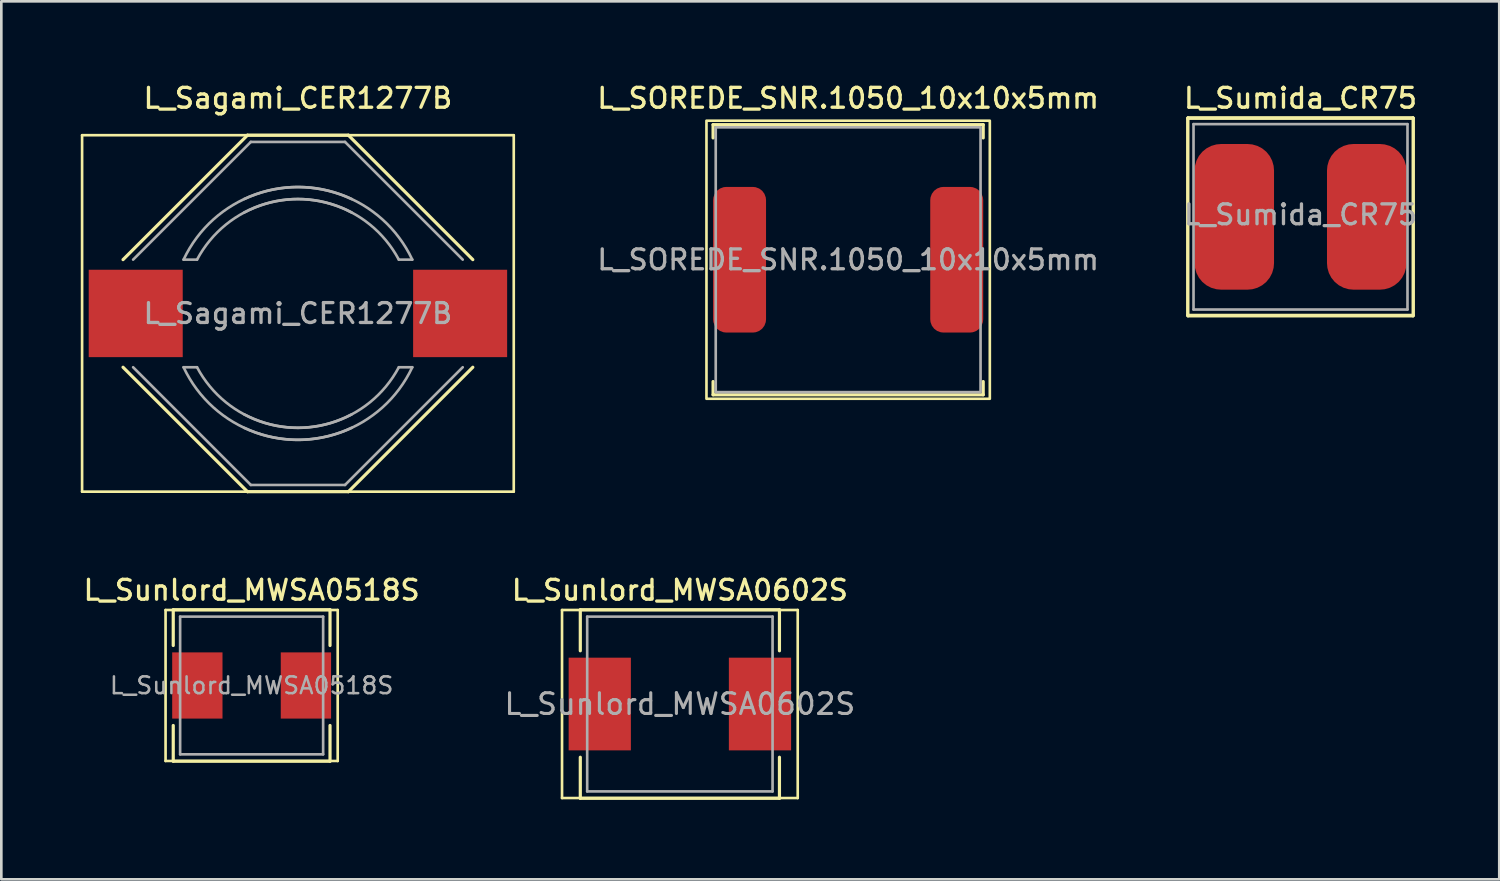
<source format=kicad_pcb>
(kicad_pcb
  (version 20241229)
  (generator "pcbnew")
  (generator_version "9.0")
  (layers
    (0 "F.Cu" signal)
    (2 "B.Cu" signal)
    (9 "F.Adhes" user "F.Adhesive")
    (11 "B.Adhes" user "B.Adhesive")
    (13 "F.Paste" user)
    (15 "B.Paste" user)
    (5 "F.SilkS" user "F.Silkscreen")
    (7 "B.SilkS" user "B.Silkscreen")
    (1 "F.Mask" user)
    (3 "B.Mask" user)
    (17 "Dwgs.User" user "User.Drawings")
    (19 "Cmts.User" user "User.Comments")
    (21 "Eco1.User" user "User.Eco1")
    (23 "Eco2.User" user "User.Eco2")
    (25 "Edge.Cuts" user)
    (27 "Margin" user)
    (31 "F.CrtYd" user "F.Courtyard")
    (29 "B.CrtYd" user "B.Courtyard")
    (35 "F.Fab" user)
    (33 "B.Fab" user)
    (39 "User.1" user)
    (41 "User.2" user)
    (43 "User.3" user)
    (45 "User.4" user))
  (footprint "L_Sagami_CER1277B"
    (layer "F.Cu")
    (at 8.2 8.786)
    (property "Reference" "L_Sagami_CER1277B" (at 0 -8.128 0) (layer "F.SilkS") (effects (font (size 0.75 0.75) (thickness 0.125))))
    (attr smd)
    (fp_line (start -8.15 -6.73) (end -8.15 6.73) (stroke (width 0.1) (type solid)) (layer "F.SilkS"))
    (fp_line (start -8.15 -6.73) (end 8.15 -6.73) (stroke (width 0.1) (type solid)) (layer "F.SilkS"))
    (fp_line (start -8.15 6.73) (end 8.15 6.73) (stroke (width 0.1) (type solid)) (layer "F.SilkS"))
    (fp_line (start -6.604 -2.032) (end -1.905 -6.731) (stroke (width 0.12) (type solid)) (layer "F.SilkS"))
    (fp_line (start -6.604 2.032) (end -1.905 6.731) (stroke (width 0.12) (type solid)) (layer "F.SilkS"))
    (fp_line (start -1.905 -6.731) (end 1.905 -6.731) (stroke (width 0.12) (type solid)) (layer "F.SilkS"))
    (fp_line (start -1.905 6.731) (end 1.905 6.731) (stroke (width 0.12) (type solid)) (layer "F.SilkS"))
    (fp_line (start 1.905 -6.731) (end 6.604 -2.032) (stroke (width 0.12) (type solid)) (layer "F.SilkS"))
    (fp_line (start 1.905 6.731) (end 6.604 2.032) (stroke (width 0.12) (type solid)) (layer "F.SilkS"))
    (fp_line (start 8.15 -6.73) (end 8.15 6.73) (stroke (width 0.1) (type solid)) (layer "F.SilkS"))
    (fp_line (start -6.223 -2.032) (end -1.778 -6.477) (stroke (width 0.1) (type solid)) (layer "F.Fab"))
    (fp_line (start -6.223 2.032) (end -1.778 6.477) (stroke (width 0.1) (type solid)) (layer "F.Fab"))
    (fp_line (start -3.81 -2.032) (end -4.318 -2.032) (stroke (width 0.1) (type solid)) (layer "F.Fab"))
    (fp_line (start -3.81 2.032) (end -4.318 2.032) (stroke (width 0.1) (type solid)) (layer "F.Fab"))
    (fp_line (start -1.778 6.477) (end 1.778 6.477) (stroke (width 0.1) (type solid)) (layer "F.Fab"))
    (fp_line (start 1.778 -6.477) (end -1.778 -6.477) (stroke (width 0.1) (type solid)) (layer "F.Fab"))
    (fp_line (start 1.778 6.477) (end 6.223 2.032) (stroke (width 0.1) (type solid)) (layer "F.Fab"))
    (fp_line (start 3.81 -2.032) (end 4.318 -2.032) (stroke (width 0.1) (type solid)) (layer "F.Fab"))
    (fp_line (start 3.81 2.032) (end 4.318 2.032) (stroke (width 0.1) (type solid)) (layer "F.Fab"))
    (fp_line (start 6.223 -2.032) (end 1.778 -6.477) (stroke (width 0.1) (type solid)) (layer "F.Fab"))
    (fp_arc (start -4.318 -2.032) (mid -1.616446 -4.490128) (end 2.032 -4.318) (stroke (width 0.1) (type solid)) (layer "F.Fab"))
    (fp_arc (start -3.81 -2.032) (mid -1.257236 -4.130918) (end 2.032 -3.81) (stroke (width 0.1) (type solid)) (layer "F.Fab"))
    (fp_arc (start -2.032 -4.318) (mid 1.616446 -4.490128) (end 4.318 -2.032) (stroke (width 0.1) (type solid)) (layer "F.Fab"))
    (fp_arc (start -2.032 -3.81) (mid 1.257236 -4.130918) (end 3.81 -2.032) (stroke (width 0.1) (type solid)) (layer "F.Fab"))
    (fp_arc (start 2.032 3.81) (mid -1.257236 4.130918) (end -3.81 2.032) (stroke (width 0.1) (type solid)) (layer "F.Fab"))
    (fp_arc (start 2.032 4.318) (mid -1.616446 4.490128) (end -4.318 2.032) (stroke (width 0.1) (type solid)) (layer "F.Fab"))
    (fp_arc (start 3.81 2.032) (mid 1.257236 4.130918) (end -2.032 3.81) (stroke (width 0.1) (type solid)) (layer "F.Fab"))
    (fp_arc (start 4.318 2.032) (mid 1.616446 4.490128) (end -2.032 4.318) (stroke (width 0.1) (type solid)) (layer "F.Fab"))
    (fp_text user "${REFERENCE}" (at 0 0 0) (layer "F.Fab") (effects (font (size 0.75 0.75) (thickness 0.125))))
    (pad "1" smd rect (at -6.125 0) (size 3.55 3.3) (layers "F.Cu" "F.Mask" "F.Paste"))
    (pad "2" smd rect (at 6.125 0) (size 3.55 3.3) (layers "F.Cu" "F.Mask" "F.Paste")))
  (footprint "L_Sunlord_MWSA0602S"
    (layer "F.Cu")
    (at 22.623 23.535)
    (property "Reference" "L_Sunlord_MWSA0602S" (at 0 -4.3 0) (layer "F.SilkS") (effects (font (size 0.75 0.75) (thickness 0.125))))
    (attr smd)
    (fp_line (start -4.45 -3.55) (end -4.45 3.55) (stroke (width 0.1) (type solid)) (layer "F.SilkS"))
    (fp_line (start -4.45 3.55) (end 4.45 3.55) (stroke (width 0.1) (type solid)) (layer "F.SilkS"))
    (fp_line (start -3.76 -3.56) (end -3.76 -2.01) (stroke (width 0.12) (type solid)) (layer "F.SilkS"))
    (fp_line (start -3.76 -3.56) (end 3.76 -3.56) (stroke (width 0.12) (type solid)) (layer "F.SilkS"))
    (fp_line (start -3.76 3.56) (end -3.76 2.01) (stroke (width 0.12) (type solid)) (layer "F.SilkS"))
    (fp_line (start -3.76 3.56) (end 3.76 3.56) (stroke (width 0.12) (type solid)) (layer "F.SilkS"))
    (fp_line (start 3.76 -3.56) (end 3.76 -2.01) (stroke (width 0.12) (type solid)) (layer "F.SilkS"))
    (fp_line (start 3.76 3.56) (end 3.76 2.01) (stroke (width 0.12) (type solid)) (layer "F.SilkS"))
    (fp_line (start 4.45 -3.55) (end -4.45 -3.55) (stroke (width 0.1) (type solid)) (layer "F.SilkS"))
    (fp_line (start 4.45 3.55) (end 4.45 -3.55) (stroke (width 0.1) (type solid)) (layer "F.SilkS"))
    (fp_line (start -3.5 -3.3) (end -3.5 3.3) (stroke (width 0.1) (type solid)) (layer "F.Fab"))
    (fp_line (start -3.5 3.3) (end 3.5 3.3) (stroke (width 0.1) (type solid)) (layer "F.Fab"))
    (fp_line (start 3.5 -3.3) (end -3.5 -3.3) (stroke (width 0.1) (type solid)) (layer "F.Fab"))
    (fp_line (start 3.5 3.3) (end 3.5 -3.3) (stroke (width 0.1) (type solid)) (layer "F.Fab"))
    (fp_text user "${REFERENCE}" (at 0 0 0) (layer "F.Fab") (effects (font (size 0.783 0.783) (thickness 0.117))))
    (pad "1" smd rect (at -3.025 0) (size 2.35 3.5) (layers "F.Cu" "F.Mask" "F.Paste"))
    (pad "2" smd rect (at 3.025 0) (size 2.35 3.5) (layers "F.Cu" "F.Mask" "F.Paste")))
  (footprint "L_Sunlord_MWSA0518S"
    (layer "F.Cu")
    (at 6.452 22.835)
    (property "Reference" "L_Sunlord_MWSA0518S" (at 0 -3.6 0) (layer "F.SilkS") (effects (font (size 0.75 0.75) (thickness 0.125))))
    (attr smd)
    (fp_line (start -3.25 -2.85) (end -3.25 2.85) (stroke (width 0.1) (type solid)) (layer "F.SilkS"))
    (fp_line (start -3.25 2.85) (end 3.25 2.85) (stroke (width 0.1) (type solid)) (layer "F.SilkS"))
    (fp_line (start -2.96 -2.86) (end -2.96 -1.51) (stroke (width 0.12) (type solid)) (layer "F.SilkS"))
    (fp_line (start -2.96 -2.86) (end 2.96 -2.86) (stroke (width 0.12) (type solid)) (layer "F.SilkS"))
    (fp_line (start -2.96 2.86) (end -2.96 1.51) (stroke (width 0.12) (type solid)) (layer "F.SilkS"))
    (fp_line (start -2.96 2.86) (end 2.96 2.86) (stroke (width 0.12) (type solid)) (layer "F.SilkS"))
    (fp_line (start 2.96 -2.86) (end 2.96 -1.51) (stroke (width 0.12) (type solid)) (layer "F.SilkS"))
    (fp_line (start 2.96 2.86) (end 2.96 1.51) (stroke (width 0.12) (type solid)) (layer "F.SilkS"))
    (fp_line (start 3.25 -2.85) (end -3.25 -2.85) (stroke (width 0.1) (type solid)) (layer "F.SilkS"))
    (fp_line (start 3.25 2.85) (end 3.25 -2.85) (stroke (width 0.1) (type solid)) (layer "F.SilkS"))
    (fp_line (start -2.7 -2.6) (end -2.7 2.6) (stroke (width 0.1) (type solid)) (layer "F.Fab"))
    (fp_line (start -2.7 2.6) (end 2.7 2.6) (stroke (width 0.1) (type solid)) (layer "F.Fab"))
    (fp_line (start 2.7 -2.6) (end -2.7 -2.6) (stroke (width 0.1) (type solid)) (layer "F.Fab"))
    (fp_line (start 2.7 2.6) (end 2.7 -2.6) (stroke (width 0.1) (type solid)) (layer "F.Fab"))
    (fp_text user "${REFERENCE}" (at 0 0 0) (layer "F.Fab") (effects (font (size 0.633 0.633) (thickness 0.095))))
    (pad "1" smd rect (at -2.05 0) (size 1.9 2.5) (layers "F.Cu" "F.Mask" "F.Paste"))
    (pad "2" smd rect (at 2.05 0) (size 1.9 2.5) (layers "F.Cu" "F.Mask" "F.Paste")))
  (footprint "L_SOREDE_SNR.1050_10x10x5mm"
    (layer "F.Cu")
    (at 28.977 6.758)
    (property "Reference" "L_SOREDE_SNR.1050_10x10x5mm" (at 0 -6.1 0) (layer "F.SilkS") (effects (font (size 0.75 0.75) (thickness 0.125))))
    (attr smd)
    (fp_line (start -5.1 -5.1) (end 5.1 -5.1) (stroke (width 0.12) (type default)) (layer "F.SilkS"))
    (fp_line (start -5.1 -4.6) (end -5.1 -5.1) (stroke (width 0.12) (type default)) (layer "F.SilkS"))
    (fp_line (start -5.1 5.1) (end -5.1 4.6) (stroke (width 0.12) (type default)) (layer "F.SilkS"))
    (fp_line (start 5.1 -5.1) (end 5.1 -4.6) (stroke (width 0.12) (type default)) (layer "F.SilkS"))
    (fp_line (start 5.1 4.6) (end 5.1 5.1) (stroke (width 0.12) (type default)) (layer "F.SilkS"))
    (fp_line (start 5.1 5.1) (end -5.1 5.1) (stroke (width 0.12) (type default)) (layer "F.SilkS"))
    (fp_rect (start -5.35 -5.25) (end 5.35 5.25) (stroke (width 0.1) (type default)) (fill no) (layer "F.SilkS"))
    (fp_rect (start -5 -5) (end 5 5) (stroke (width 0.1) (type default)) (fill no) (layer "F.Fab"))
    (fp_text user "${REFERENCE}" (at 0 0 0) (layer "F.Fab") (effects (font (size 0.75 0.75) (thickness 0.125))))
    (pad "1" smd roundrect (at -4.1 0) (size 2 5.5) (layers "F.Cu" "F.Mask" "F.Paste") (roundrect_rratio 0.25))
    (pad "2" smd roundrect (at 4.1 0) (size 2 5.5) (layers "F.Cu" "F.Mask" "F.Paste") (roundrect_rratio 0.25)))
  (footprint "L_Sumida_CR75"
    (layer "F.Cu")
    (at 46.059 5.138)
    (property "Reference" "L_Sumida_CR75" (at 0 -4.48 180) (layer "F.SilkS") (effects (font (size 0.75 0.75) (thickness 0.125))))
    (attr smd)
    (fp_line (start -4.26 -3.72) (end 4.26 -3.72) (stroke (width 0.12) (type solid)) (layer "F.SilkS"))
    (fp_line (start -4.26 3.72) (end -4.26 -3.72) (stroke (width 0.12) (type solid)) (layer "F.SilkS"))
    (fp_line (start -4.25 -3.75) (end -4.25 3.75) (stroke (width 0.1) (type solid)) (layer "F.SilkS"))
    (fp_line (start -4.25 3.75) (end 4.25 3.75) (stroke (width 0.1) (type solid)) (layer "F.SilkS"))
    (fp_line (start 4.25 -3.75) (end -4.25 -3.75) (stroke (width 0.1) (type solid)) (layer "F.SilkS"))
    (fp_line (start 4.25 3.75) (end 4.25 -3.75) (stroke (width 0.1) (type solid)) (layer "F.SilkS"))
    (fp_line (start 4.26 -3.72) (end 4.26 3.72) (stroke (width 0.12) (type solid)) (layer "F.SilkS"))
    (fp_line (start 4.26 3.72) (end -4.26 3.72) (stroke (width 0.12) (type solid)) (layer "F.SilkS"))
    (fp_line (start -4.04 -3.5) (end -4.04 3.5) (stroke (width 0.1) (type solid)) (layer "F.Fab"))
    (fp_line (start -4.04 3.5) (end 4.04 3.5) (stroke (width 0.1) (type solid)) (layer "F.Fab"))
    (fp_line (start 4.04 -3.5) (end -4.04 -3.5) (stroke (width 0.1) (type solid)) (layer "F.Fab"))
    (fp_line (start 4.04 3.5) (end 4.04 -3.5) (stroke (width 0.1) (type solid)) (layer "F.Fab"))
    (fp_text user "${REFERENCE}" (at 0 -0.08 0) (layer "F.Fab") (effects (font (size 0.75 0.75) (thickness 0.125))))
    (pad "1" smd roundrect (at -2.5 0) (size 3 5.5) (layers "F.Cu" "F.Mask" "F.Paste") (roundrect_rratio 0.333))
    (pad "2" smd roundrect (at 2.5 0) (size 3 5.5) (layers "F.Cu" "F.Mask" "F.Paste") (roundrect_rratio 0.333)))
  (gr_rect
    (start -3 -3)
    (end 53.564 30.155)
    (stroke (width 0.1) (type default))
    (fill no)
    (layer "Edge.Cuts")))
</source>
